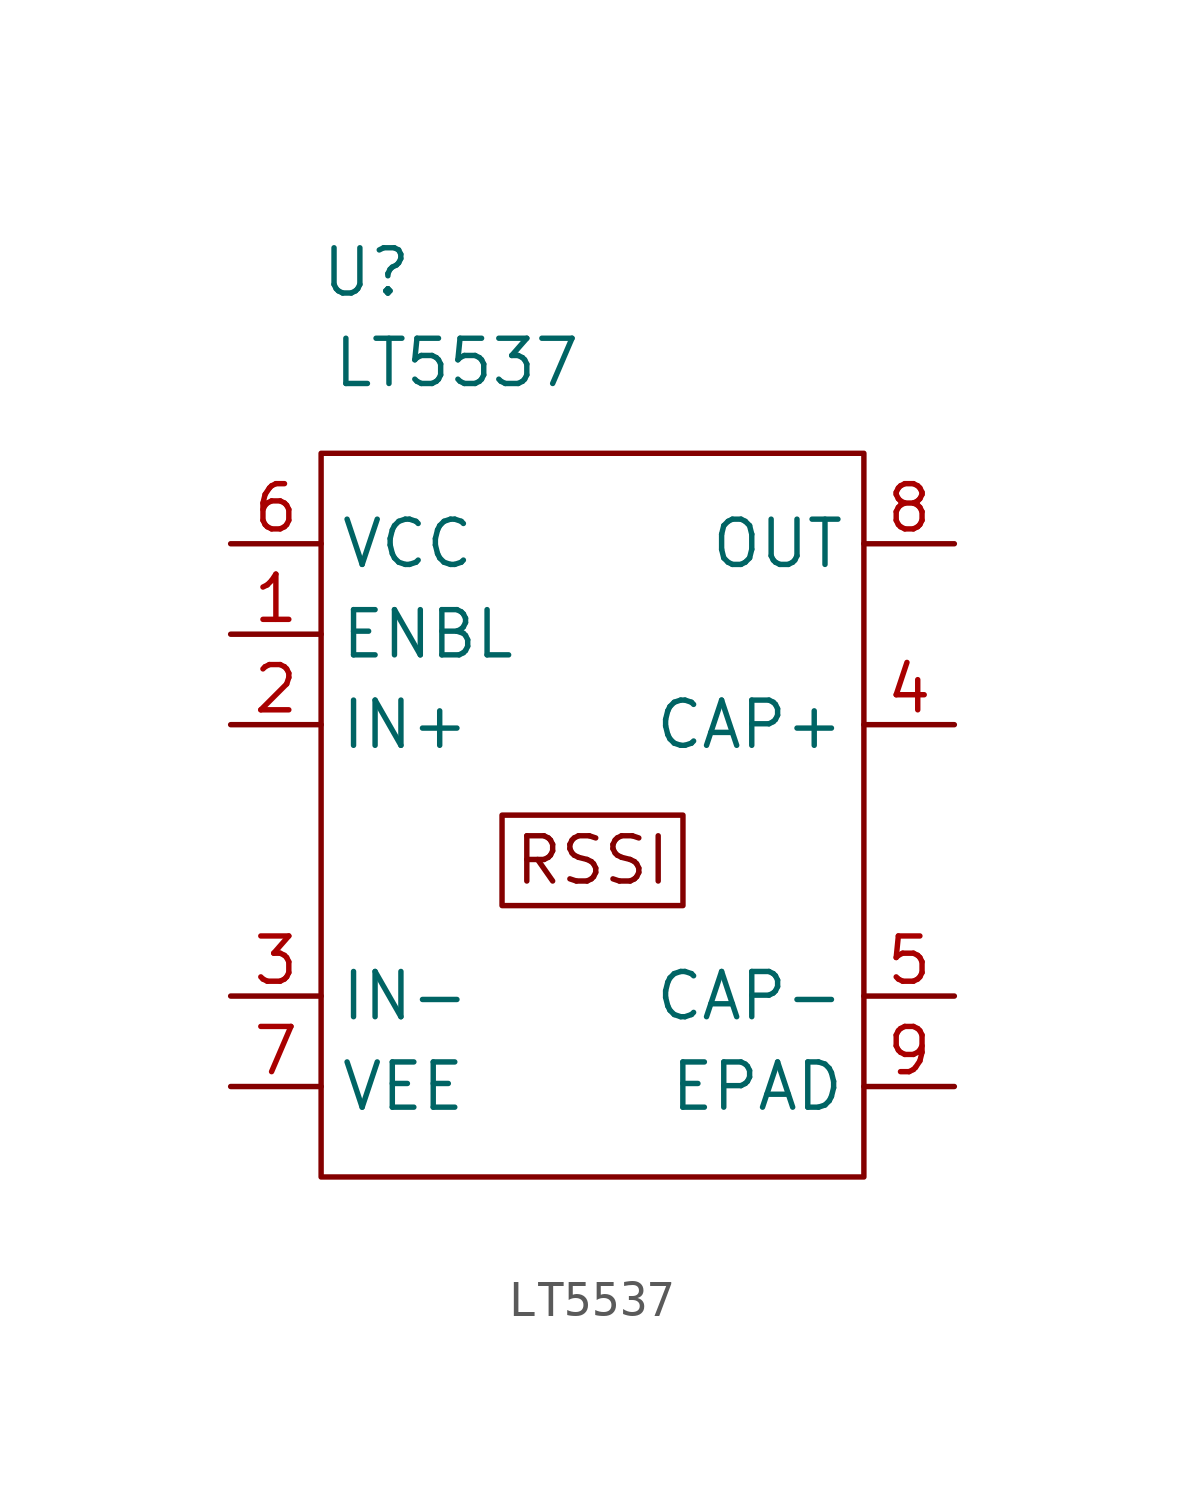
<source format=kicad_sym>
(kicad_symbol_lib
  (version 20211014)
  (generator kicad_symbol_editor)
  (symbol "LT5537"
    (property "Reference" "U"
      (at 1.27 25.4 0)
      (effects (font (size 1.27 1.27))))
    (property "Value" "LT5537"
      (at 3.81 22.86 0)
      (effects (font (size 1.27 1.27))))
    (symbol "LT5537_0_0"
      (rectangle (start 5.08 10.16) (end 10.16 7.62) (stroke (width 0) (type default) (color 0 0 0 0)) (fill (type none)))
      (text "RSSI" (at 7.62 8.89 0) (effects (font (size 1.27 1.27))))
      (pin passive line (at -2.54 15.24 0) (length 2.54) (name "ENBL" (effects (font (size 1.27 1.27)))) (number "1" (effects (font (size 1.27 1.27)))))
      (pin input line (at -2.54 12.7 0) (length 2.54) (name "IN+" (effects (font (size 1.27 1.27)))) (number "2" (effects (font (size 1.27 1.27)))))
      (pin input line (at -2.54 5.08 0) (length 2.54) (name "IN-" (effects (font (size 1.27 1.27)))) (number "3" (effects (font (size 1.27 1.27)))))
      (pin passive line (at 17.78 12.7 180) (length 2.54) (name "CAP+" (effects (font (size 1.27 1.27)))) (number "4" (effects (font (size 1.27 1.27)))))
      (pin passive line (at 17.78 5.08 180) (length 2.54) (name "CAP-" (effects (font (size 1.27 1.27)))) (number "5" (effects (font (size 1.27 1.27)))))
      (pin passive line (at -2.54 17.78 0) (length 2.54) (name "VCC" (effects (font (size 1.27 1.27)))) (number "6" (effects (font (size 1.27 1.27)))))
      (pin passive line (at -2.54 2.54 0) (length 2.54) (name "VEE" (effects (font (size 1.27 1.27)))) (number "7" (effects (font (size 1.27 1.27)))))
      (pin output line (at 17.78 17.78 180) (length 2.54) (name "OUT" (effects (font (size 1.27 1.27)))) (number "8" (effects (font (size 1.27 1.27)))))
      (pin passive line (at 17.78 2.54 180) (length 2.54) (name "EPAD" (effects (font (size 1.27 1.27)))) (number "9" (effects (font (size 1.27 1.27))))))
    (symbol "LT5537_0_1"
      (rectangle (start 0 20.32) (end 15.24 0) (stroke (width 0) (type default) (color 0 0 0 0)) (fill (type none))))))
</source>
